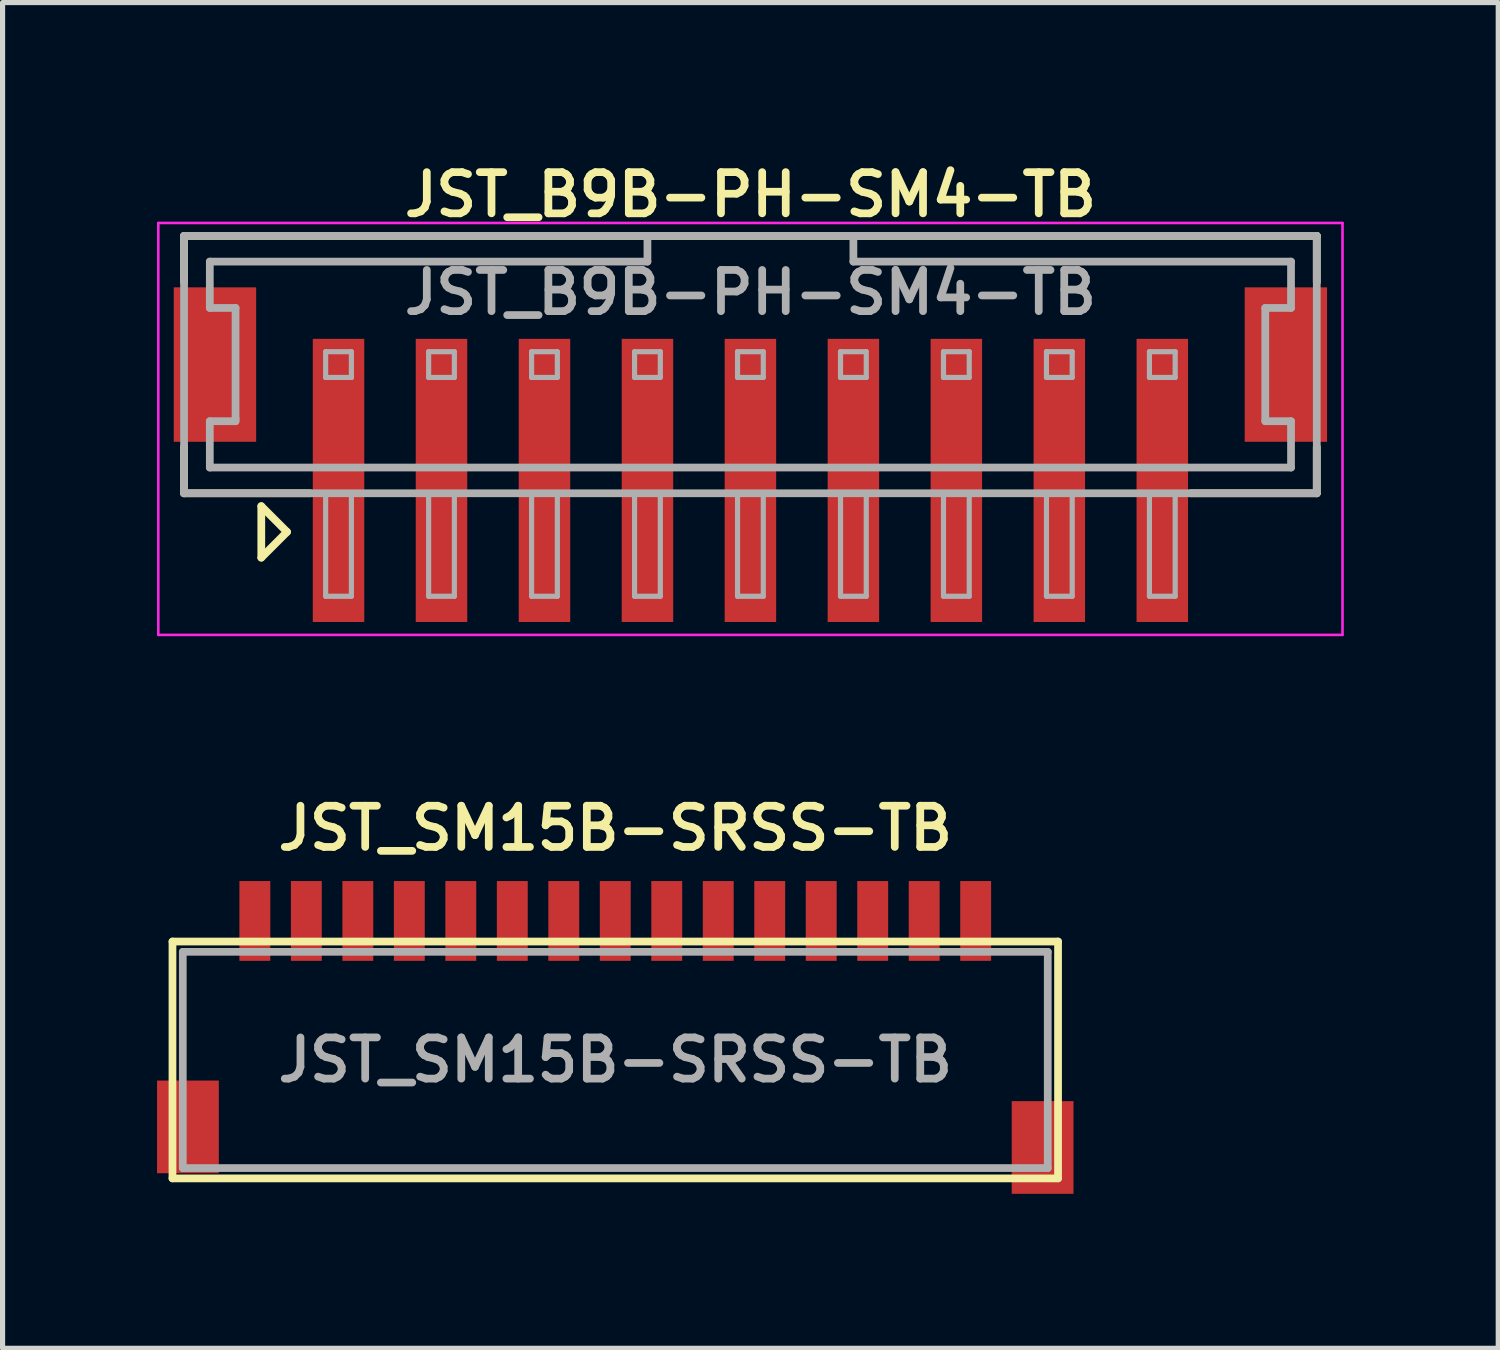
<source format=kicad_pcb>
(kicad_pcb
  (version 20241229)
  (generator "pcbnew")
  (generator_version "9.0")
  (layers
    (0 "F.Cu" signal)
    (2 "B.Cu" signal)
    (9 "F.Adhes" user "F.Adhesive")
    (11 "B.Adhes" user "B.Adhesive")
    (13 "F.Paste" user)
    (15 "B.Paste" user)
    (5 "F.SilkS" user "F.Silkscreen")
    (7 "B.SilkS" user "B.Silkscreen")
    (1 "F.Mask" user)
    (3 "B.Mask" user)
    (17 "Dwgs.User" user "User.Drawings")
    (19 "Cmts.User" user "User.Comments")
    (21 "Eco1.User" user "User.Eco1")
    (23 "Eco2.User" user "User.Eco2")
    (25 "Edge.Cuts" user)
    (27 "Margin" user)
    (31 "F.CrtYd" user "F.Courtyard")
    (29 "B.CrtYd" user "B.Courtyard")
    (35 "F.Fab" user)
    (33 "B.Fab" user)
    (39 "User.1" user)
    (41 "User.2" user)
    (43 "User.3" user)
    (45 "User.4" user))
  (footprint "JST_B9B-PH-SM4-TB"
    (layer "F.Cu")
    (at 11.525 6.281)
    (property "Reference" "JST_B9B-PH-SM4-TB" (at 0 -5.55 0) (layer "F.SilkS") (effects (font (size 0.8 0.8) (thickness 0.15))))
    (attr through_hole)
    (fp_line (start -11 -4.75) (end 11 -4.75) (stroke (width 0.15) (type solid)) (layer "F.SilkS"))
    (fp_line (start -11 -3.85) (end -11 -4.75) (stroke (width 0.15) (type solid)) (layer "F.SilkS"))
    (fp_line (start -11 -0.65) (end -11 0.25) (stroke (width 0.15) (type solid)) (layer "F.SilkS"))
    (fp_line (start -11 0.25) (end -8.55 0.25) (stroke (width 0.15) (type solid)) (layer "F.SilkS"))
    (fp_line (start -9.5 0.5) (end -9.5 1.5) (stroke (width 0.15) (type solid)) (layer "F.SilkS"))
    (fp_line (start -9.5 1.5) (end -9 1) (stroke (width 0.15) (type solid)) (layer "F.SilkS"))
    (fp_line (start -9 1) (end -9.5 0.5) (stroke (width 0.15) (type solid)) (layer "F.SilkS"))
    (fp_line (start 11 -4.75) (end 11 -3.85) (stroke (width 0.15) (type solid)) (layer "F.SilkS"))
    (fp_line (start 11 -0.65) (end 11 0.25) (stroke (width 0.15) (type solid)) (layer "F.SilkS"))
    (fp_line (start 11 0.25) (end 8.55 0.25) (stroke (width 0.15) (type solid)) (layer "F.SilkS"))
    (fp_line (start -11.5 -5) (end 11.5 -5) (stroke (width 0.05) (type solid)) (layer "F.CrtYd"))
    (fp_line (start -11.5 3) (end -11.5 -5) (stroke (width 0.05) (type solid)) (layer "F.CrtYd"))
    (fp_line (start 11.5 -5) (end 11.5 3) (stroke (width 0.05) (type solid)) (layer "F.CrtYd"))
    (fp_line (start 11.5 3) (end -11.5 3) (stroke (width 0.05) (type solid)) (layer "F.CrtYd"))
    (fp_line (start -11 -4.75) (end -11 0.25) (stroke (width 0.15) (type solid)) (layer "F.Fab"))
    (fp_line (start -11 0.25) (end 11 0.25) (stroke (width 0.15) (type solid)) (layer "F.Fab"))
    (fp_line (start -10.5 -4.25) (end -2 -4.25) (stroke (width 0.15) (type solid)) (layer "F.Fab"))
    (fp_line (start -10.5 -3.35) (end -10.5 -4.25) (stroke (width 0.15) (type solid)) (layer "F.Fab"))
    (fp_line (start -10.5 -3.35) (end -10 -3.35) (stroke (width 0.15) (type solid)) (layer "F.Fab"))
    (fp_line (start -10.5 -0.25) (end -10.5 -1.15) (stroke (width 0.15) (type solid)) (layer "F.Fab"))
    (fp_line (start -10 -3.35) (end -10 -1.2) (stroke (width 0.15) (type solid)) (layer "F.Fab"))
    (fp_line (start -10 -1.2) (end -10 -1.15) (stroke (width 0.15) (type solid)) (layer "F.Fab"))
    (fp_line (start -10 -1.15) (end -10.5 -1.15) (stroke (width 0.15) (type solid)) (layer "F.Fab"))
    (fp_line (start -8.25 -2.5) (end -8.25 -2) (stroke (width 0.1) (type solid)) (layer "F.Fab"))
    (fp_line (start -8.25 -2) (end -7.75 -2) (stroke (width 0.1) (type solid)) (layer "F.Fab"))
    (fp_line (start -8.25 0.25) (end -8.25 2.25) (stroke (width 0.1) (type solid)) (layer "F.Fab"))
    (fp_line (start -8.25 2.25) (end -7.75 2.25) (stroke (width 0.1) (type solid)) (layer "F.Fab"))
    (fp_line (start -7.75 -2.5) (end -8.25 -2.5) (stroke (width 0.1) (type solid)) (layer "F.Fab"))
    (fp_line (start -7.75 -2) (end -7.75 -2.5) (stroke (width 0.1) (type solid)) (layer "F.Fab"))
    (fp_line (start -7.75 2.25) (end -7.75 0.25) (stroke (width 0.1) (type solid)) (layer "F.Fab"))
    (fp_line (start -6.25 -2.5) (end -6.25 -2) (stroke (width 0.1) (type solid)) (layer "F.Fab"))
    (fp_line (start -6.25 -2) (end -5.75 -2) (stroke (width 0.1) (type solid)) (layer "F.Fab"))
    (fp_line (start -6.25 0.25) (end -6.25 2.25) (stroke (width 0.1) (type solid)) (layer "F.Fab"))
    (fp_line (start -6.25 2.25) (end -5.75 2.25) (stroke (width 0.1) (type solid)) (layer "F.Fab"))
    (fp_line (start -5.75 -2.5) (end -6.25 -2.5) (stroke (width 0.1) (type solid)) (layer "F.Fab"))
    (fp_line (start -5.75 -2) (end -5.75 -2.5) (stroke (width 0.1) (type solid)) (layer "F.Fab"))
    (fp_line (start -5.75 2.25) (end -5.75 0.25) (stroke (width 0.1) (type solid)) (layer "F.Fab"))
    (fp_line (start -4.25 -2.5) (end -4.25 -2) (stroke (width 0.1) (type solid)) (layer "F.Fab"))
    (fp_line (start -4.25 -2) (end -3.75 -2) (stroke (width 0.1) (type solid)) (layer "F.Fab"))
    (fp_line (start -4.25 0.25) (end -4.25 2.25) (stroke (width 0.1) (type solid)) (layer "F.Fab"))
    (fp_line (start -4.25 2.25) (end -3.75 2.25) (stroke (width 0.1) (type solid)) (layer "F.Fab"))
    (fp_line (start -3.75 -2.5) (end -4.25 -2.5) (stroke (width 0.1) (type solid)) (layer "F.Fab"))
    (fp_line (start -3.75 -2) (end -3.75 -2.5) (stroke (width 0.1) (type solid)) (layer "F.Fab"))
    (fp_line (start -3.75 2.25) (end -3.75 0.25) (stroke (width 0.1) (type solid)) (layer "F.Fab"))
    (fp_line (start -2.25 -2.5) (end -2.25 -2) (stroke (width 0.1) (type solid)) (layer "F.Fab"))
    (fp_line (start -2.25 -2) (end -1.75 -2) (stroke (width 0.1) (type solid)) (layer "F.Fab"))
    (fp_line (start -2.25 0.25) (end -2.25 2.25) (stroke (width 0.1) (type solid)) (layer "F.Fab"))
    (fp_line (start -2.25 2.25) (end -1.75 2.25) (stroke (width 0.1) (type solid)) (layer "F.Fab"))
    (fp_line (start -2 -4.25) (end -2 -4.75) (stroke (width 0.15) (type solid)) (layer "F.Fab"))
    (fp_line (start -1.75 -2.5) (end -2.25 -2.5) (stroke (width 0.1) (type solid)) (layer "F.Fab"))
    (fp_line (start -1.75 -2) (end -1.75 -2.5) (stroke (width 0.1) (type solid)) (layer "F.Fab"))
    (fp_line (start -1.75 2.25) (end -1.75 0.25) (stroke (width 0.1) (type solid)) (layer "F.Fab"))
    (fp_line (start -0.25 -2.5) (end -0.25 -2) (stroke (width 0.1) (type solid)) (layer "F.Fab"))
    (fp_line (start -0.25 -2) (end 0.25 -2) (stroke (width 0.1) (type solid)) (layer "F.Fab"))
    (fp_line (start -0.25 0.25) (end -0.25 2.25) (stroke (width 0.1) (type solid)) (layer "F.Fab"))
    (fp_line (start -0.25 2.25) (end 0.25 2.25) (stroke (width 0.1) (type solid)) (layer "F.Fab"))
    (fp_line (start 0.25 -2.5) (end -0.25 -2.5) (stroke (width 0.1) (type solid)) (layer "F.Fab"))
    (fp_line (start 0.25 -2) (end 0.25 -2.5) (stroke (width 0.1) (type solid)) (layer "F.Fab"))
    (fp_line (start 0.25 2.25) (end 0.25 0.25) (stroke (width 0.1) (type solid)) (layer "F.Fab"))
    (fp_line (start 1.75 -2.5) (end 1.75 -2) (stroke (width 0.1) (type solid)) (layer "F.Fab"))
    (fp_line (start 1.75 -2) (end 2.25 -2) (stroke (width 0.1) (type solid)) (layer "F.Fab"))
    (fp_line (start 1.75 0.25) (end 1.75 2.25) (stroke (width 0.1) (type solid)) (layer "F.Fab"))
    (fp_line (start 1.75 2.25) (end 2.25 2.25) (stroke (width 0.1) (type solid)) (layer "F.Fab"))
    (fp_line (start 2 -4.75) (end 2 -4.25) (stroke (width 0.15) (type solid)) (layer "F.Fab"))
    (fp_line (start 2 -4.25) (end 10.5 -4.25) (stroke (width 0.15) (type solid)) (layer "F.Fab"))
    (fp_line (start 2.25 -2.5) (end 1.75 -2.5) (stroke (width 0.1) (type solid)) (layer "F.Fab"))
    (fp_line (start 2.25 -2) (end 2.25 -2.5) (stroke (width 0.1) (type solid)) (layer "F.Fab"))
    (fp_line (start 2.25 2.25) (end 2.25 0.25) (stroke (width 0.1) (type solid)) (layer "F.Fab"))
    (fp_line (start 3.75 -2.5) (end 3.75 -2) (stroke (width 0.1) (type solid)) (layer "F.Fab"))
    (fp_line (start 3.75 -2) (end 4.25 -2) (stroke (width 0.1) (type solid)) (layer "F.Fab"))
    (fp_line (start 3.75 0.25) (end 3.75 2.25) (stroke (width 0.1) (type solid)) (layer "F.Fab"))
    (fp_line (start 3.75 2.25) (end 4.25 2.25) (stroke (width 0.1) (type solid)) (layer "F.Fab"))
    (fp_line (start 4.25 -2.5) (end 3.75 -2.5) (stroke (width 0.1) (type solid)) (layer "F.Fab"))
    (fp_line (start 4.25 -2) (end 4.25 -2.5) (stroke (width 0.1) (type solid)) (layer "F.Fab"))
    (fp_line (start 4.25 2.25) (end 4.25 0.25) (stroke (width 0.1) (type solid)) (layer "F.Fab"))
    (fp_line (start 5.75 -2.5) (end 5.75 -2) (stroke (width 0.1) (type solid)) (layer "F.Fab"))
    (fp_line (start 5.75 -2) (end 6.25 -2) (stroke (width 0.1) (type solid)) (layer "F.Fab"))
    (fp_line (start 5.75 0.25) (end 5.75 2.25) (stroke (width 0.1) (type solid)) (layer "F.Fab"))
    (fp_line (start 5.75 2.25) (end 6.25 2.25) (stroke (width 0.1) (type solid)) (layer "F.Fab"))
    (fp_line (start 6.25 -2.5) (end 5.75 -2.5) (stroke (width 0.1) (type solid)) (layer "F.Fab"))
    (fp_line (start 6.25 -2) (end 6.25 -2.5) (stroke (width 0.1) (type solid)) (layer "F.Fab"))
    (fp_line (start 6.25 2.25) (end 6.25 0.25) (stroke (width 0.1) (type solid)) (layer "F.Fab"))
    (fp_line (start 7.75 -2.5) (end 7.75 -2) (stroke (width 0.1) (type solid)) (layer "F.Fab"))
    (fp_line (start 7.75 -2) (end 8.25 -2) (stroke (width 0.1) (type solid)) (layer "F.Fab"))
    (fp_line (start 7.75 0.25) (end 7.75 2.25) (stroke (width 0.1) (type solid)) (layer "F.Fab"))
    (fp_line (start 7.75 2.25) (end 8.25 2.25) (stroke (width 0.1) (type solid)) (layer "F.Fab"))
    (fp_line (start 8.25 -2.5) (end 7.75 -2.5) (stroke (width 0.1) (type solid)) (layer "F.Fab"))
    (fp_line (start 8.25 -2) (end 8.25 -2.5) (stroke (width 0.1) (type solid)) (layer "F.Fab"))
    (fp_line (start 8.25 2.25) (end 8.25 0.25) (stroke (width 0.1) (type solid)) (layer "F.Fab"))
    (fp_line (start 10 -3.35) (end 10 -1.15) (stroke (width 0.15) (type solid)) (layer "F.Fab"))
    (fp_line (start 10 -1.15) (end 10.5 -1.15) (stroke (width 0.15) (type solid)) (layer "F.Fab"))
    (fp_line (start 10.5 -4.25) (end 10.5 -3.35) (stroke (width 0.15) (type solid)) (layer "F.Fab"))
    (fp_line (start 10.5 -3.35) (end 10 -3.35) (stroke (width 0.15) (type solid)) (layer "F.Fab"))
    (fp_line (start 10.5 -1.15) (end 10.5 -0.25) (stroke (width 0.15) (type solid)) (layer "F.Fab"))
    (fp_line (start 10.5 -0.25) (end -10.5 -0.25) (stroke (width 0.15) (type solid)) (layer "F.Fab"))
    (fp_line (start 11 -4.75) (end -11 -4.75) (stroke (width 0.15) (type solid)) (layer "F.Fab"))
    (fp_line (start 11 0.25) (end 11 -4.75) (stroke (width 0.15) (type solid)) (layer "F.Fab"))
    (fp_text user "${REFERENCE}" (at 0 -3.65 0) (layer "F.Fab") (effects (font (size 0.8 0.8) (thickness 0.15))))
    (pad "" smd rect (at -10.4 -2.25) (size 1.6 3) (layers "F.Cu" "F.Mask" "F.Paste"))
    (pad "" smd rect (at 10.4 -2.25) (size 1.6 3) (layers "F.Cu" "F.Mask" "F.Paste"))
    (pad "1" smd rect (at -8 0) (size 1 5.5) (layers "F.Cu" "F.Mask" "F.Paste"))
    (pad "2" smd rect (at -6 0) (size 1 5.5) (layers "F.Cu" "F.Mask" "F.Paste"))
    (pad "3" smd rect (at -4 0) (size 1 5.5) (layers "F.Cu" "F.Mask" "F.Paste"))
    (pad "4" smd rect (at -2 0) (size 1 5.5) (layers "F.Cu" "F.Mask" "F.Paste"))
    (pad "5" smd rect (at 0 0) (size 1 5.5) (layers "F.Cu" "F.Mask" "F.Paste"))
    (pad "6" smd rect (at 2 0) (size 1 5.5) (layers "F.Cu" "F.Mask" "F.Paste"))
    (pad "7" smd rect (at 4 0) (size 1 5.5) (layers "F.Cu" "F.Mask" "F.Paste"))
    (pad "8" smd rect (at 6 0) (size 1 5.5) (layers "F.Cu" "F.Mask" "F.Paste"))
    (pad "9" smd rect (at 8 0) (size 1 5.5) (layers "F.Cu" "F.Mask" "F.Paste")))
  (footprint "JST_SM15B-SRSS-TB"
    (layer "F.Cu")
    (at 8.9 16.837)
    (property "Reference" "JST_SM15B-SRSS-TB" (at 0 -3.8 0) (layer "F.SilkS") (effects (font (size 0.8 0.8) (thickness 0.15))))
    (attr through_hole)
    (fp_line (start -8.6 -1.6) (end -8.6 3) (stroke (width 0.15) (type solid)) (layer "F.SilkS"))
    (fp_line (start -8.6 3) (end 8.6 3) (stroke (width 0.15) (type solid)) (layer "F.SilkS"))
    (fp_line (start 8.6 -1.6) (end -8.6 -1.6) (stroke (width 0.15) (type solid)) (layer "F.SilkS"))
    (fp_line (start 8.6 3) (end 8.6 -1.6) (stroke (width 0.15) (type solid)) (layer "F.SilkS"))
    (fp_line (start -8.4 -1.4) (end 8.4 -1.4) (stroke (width 0.15) (type solid)) (layer "F.Fab"))
    (fp_line (start -8.4 2.8) (end -8.4 -1.4) (stroke (width 0.15) (type solid)) (layer "F.Fab"))
    (fp_line (start 8.4 -1.4) (end 8.4 2.8) (stroke (width 0.15) (type solid)) (layer "F.Fab"))
    (fp_line (start 8.4 2.8) (end -8.4 2.8) (stroke (width 0.15) (type solid)) (layer "F.Fab"))
    (fp_text user "${REFERENCE}" (at 0 0.7 0) (layer "F.Fab") (effects (font (size 0.8 0.8) (thickness 0.15))))
    (pad "" smd rect (at -8.3 2) (size 1.2 1.8) (layers "F.Cu" "F.Mask" "F.Paste"))
    (pad "" smd rect (at 8.3 2.4) (size 1.2 1.8) (layers "F.Cu" "F.Mask" "F.Paste"))
    (pad "1" smd rect (at -7 -2) (size 0.6 1.55) (layers "F.Cu" "F.Mask" "F.Paste"))
    (pad "2" smd rect (at -6 -2) (size 0.6 1.55) (layers "F.Cu" "F.Mask" "F.Paste"))
    (pad "3" smd rect (at -5 -2) (size 0.6 1.55) (layers "F.Cu" "F.Mask" "F.Paste"))
    (pad "4" smd rect (at -4 -2) (size 0.6 1.55) (layers "F.Cu" "F.Mask" "F.Paste"))
    (pad "5" smd rect (at -3 -2) (size 0.6 1.55) (layers "F.Cu" "F.Mask" "F.Paste"))
    (pad "6" smd rect (at -2 -2) (size 0.6 1.55) (layers "F.Cu" "F.Mask" "F.Paste"))
    (pad "7" smd rect (at -1 -2) (size 0.6 1.55) (layers "F.Cu" "F.Mask" "F.Paste"))
    (pad "8" smd rect (at 0 -2) (size 0.6 1.55) (layers "F.Cu" "F.Mask" "F.Paste"))
    (pad "9" smd rect (at 1 -2) (size 0.6 1.55) (layers "F.Cu" "F.Mask" "F.Paste"))
    (pad "10" smd rect (at 2 -2) (size 0.6 1.55) (layers "F.Cu" "F.Mask" "F.Paste"))
    (pad "11" smd rect (at 3 -2) (size 0.6 1.55) (layers "F.Cu" "F.Mask" "F.Paste"))
    (pad "12" smd rect (at 4 -2) (size 0.6 1.55) (layers "F.Cu" "F.Mask" "F.Paste"))
    (pad "13" smd rect (at 5 -2) (size 0.6 1.55) (layers "F.Cu" "F.Mask" "F.Paste"))
    (pad "14" smd rect (at 6 -2) (size 0.6 1.55) (layers "F.Cu" "F.Mask" "F.Paste"))
    (pad "15" smd rect (at 7 -2) (size 0.6 1.55) (layers "F.Cu" "F.Mask" "F.Paste")))
  (gr_rect
    (start -3 -3)
    (end 26.05 23.137)
    (stroke (width 0.1) (type default))
    (fill no)
    (layer "Edge.Cuts")))
</source>
